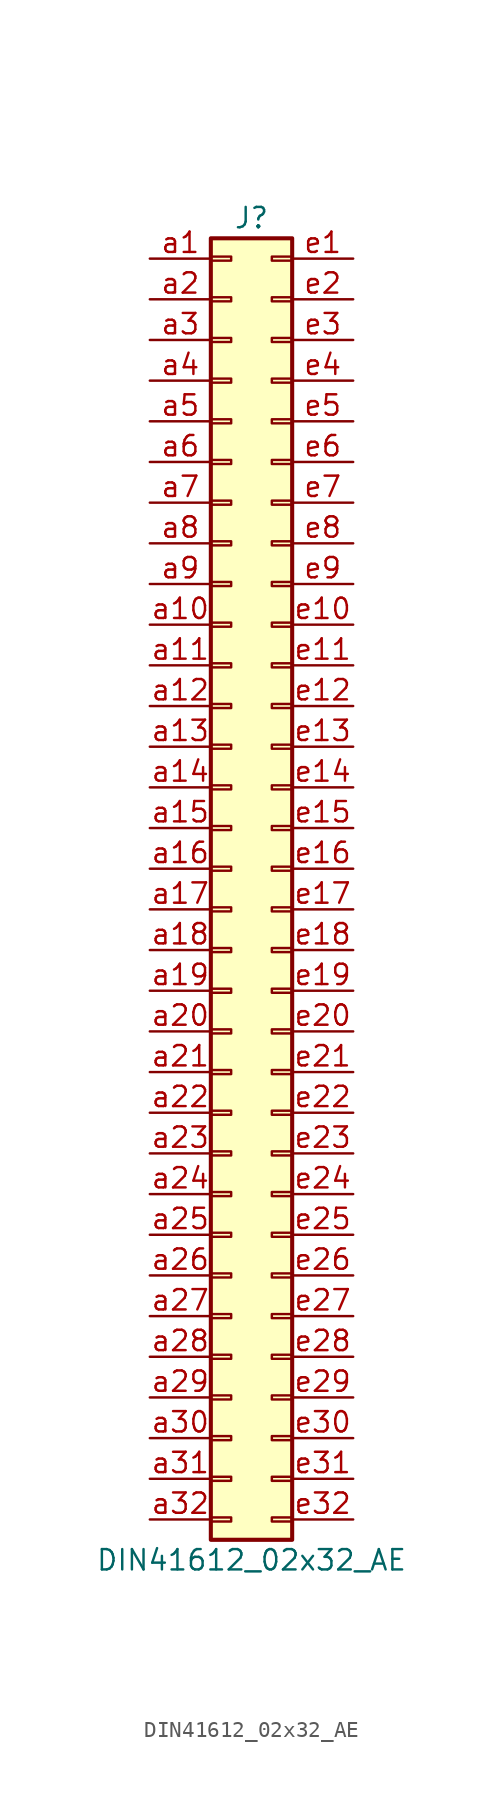
<source format=kicad_sym>
(kicad_symbol_lib
  (version 20201005)
  (generator kicad_symbol_editor)
  (symbol "Connector:DIN41612_02x32_AE"
    (pin_names
      (offset 1.016) hide)
    (property "Reference" "J"
      (at 1.27 40.64 0)
      (effects (font (size 1.27 1.27))))
    (property "Value" "DIN41612_02x32_AE"
      (at 1.27 -43.18 0)
      (effects (font (size 1.27 1.27))))
    (symbol "DIN41612_02x32_AE_1_1"
      (rectangle (start -1.27 -40.513) (end 0 -40.767) (stroke (width 0.152)) (fill (type none)))
      (rectangle (start -1.27 -37.973) (end 0 -38.227) (stroke (width 0.152)) (fill (type none)))
      (rectangle (start -1.27 -35.433) (end 0 -35.687) (stroke (width 0.152)) (fill (type none)))
      (rectangle (start -1.27 -32.893) (end 0 -33.147) (stroke (width 0.152)) (fill (type none)))
      (rectangle (start -1.27 -30.353) (end 0 -30.607) (stroke (width 0.152)) (fill (type none)))
      (rectangle (start -1.27 -27.813) (end 0 -28.067) (stroke (width 0.152)) (fill (type none)))
      (rectangle (start -1.27 -25.273) (end 0 -25.527) (stroke (width 0.152)) (fill (type none)))
      (rectangle (start -1.27 -22.733) (end 0 -22.987) (stroke (width 0.152)) (fill (type none)))
      (rectangle (start -1.27 -20.193) (end 0 -20.447) (stroke (width 0.152)) (fill (type none)))
      (rectangle (start -1.27 -17.653) (end 0 -17.907) (stroke (width 0.152)) (fill (type none)))
      (rectangle (start -1.27 -15.113) (end 0 -15.367) (stroke (width 0.152)) (fill (type none)))
      (rectangle (start -1.27 -12.573) (end 0 -12.827) (stroke (width 0.152)) (fill (type none)))
      (rectangle (start -1.27 -10.033) (end 0 -10.287) (stroke (width 0.152)) (fill (type none)))
      (rectangle (start -1.27 -7.493) (end 0 -7.747) (stroke (width 0.152)) (fill (type none)))
      (rectangle (start -1.27 -4.953) (end 0 -5.207) (stroke (width 0.152)) (fill (type none)))
      (rectangle (start -1.27 -2.413) (end 0 -2.667) (stroke (width 0.152)) (fill (type none)))
      (rectangle (start -1.27 0.127) (end 0 -0.127) (stroke (width 0.152)) (fill (type none)))
      (rectangle (start -1.27 2.667) (end 0 2.413) (stroke (width 0.152)) (fill (type none)))
      (rectangle (start -1.27 5.207) (end 0 4.953) (stroke (width 0.152)) (fill (type none)))
      (rectangle (start -1.27 7.747) (end 0 7.493) (stroke (width 0.152)) (fill (type none)))
      (rectangle (start -1.27 10.287) (end 0 10.033) (stroke (width 0.152)) (fill (type none)))
      (rectangle (start -1.27 12.827) (end 0 12.573) (stroke (width 0.152)) (fill (type none)))
      (rectangle (start -1.27 15.367) (end 0 15.113) (stroke (width 0.152)) (fill (type none)))
      (rectangle (start -1.27 17.907) (end 0 17.653) (stroke (width 0.152)) (fill (type none)))
      (rectangle (start -1.27 20.447) (end 0 20.193) (stroke (width 0.152)) (fill (type none)))
      (rectangle (start -1.27 22.987) (end 0 22.733) (stroke (width 0.152)) (fill (type none)))
      (rectangle (start -1.27 25.527) (end 0 25.273) (stroke (width 0.152)) (fill (type none)))
      (rectangle (start -1.27 28.067) (end 0 27.813) (stroke (width 0.152)) (fill (type none)))
      (rectangle (start -1.27 30.607) (end 0 30.353) (stroke (width 0.152)) (fill (type none)))
      (rectangle (start -1.27 33.147) (end 0 32.893) (stroke (width 0.152)) (fill (type none)))
      (rectangle (start -1.27 35.687) (end 0 35.433) (stroke (width 0.152)) (fill (type none)))
      (rectangle (start -1.27 38.227) (end 0 37.973) (stroke (width 0.152)) (fill (type none)))
      (rectangle (start 3.81 -40.513) (end 2.54 -40.767) (stroke (width 0.152)) (fill (type none)))
      (rectangle (start 3.81 -37.973) (end 2.54 -38.227) (stroke (width 0.152)) (fill (type none)))
      (rectangle (start 3.81 -35.433) (end 2.54 -35.687) (stroke (width 0.152)) (fill (type none)))
      (rectangle (start 3.81 -32.893) (end 2.54 -33.147) (stroke (width 0.152)) (fill (type none)))
      (rectangle (start 3.81 -30.353) (end 2.54 -30.607) (stroke (width 0.152)) (fill (type none)))
      (rectangle (start 3.81 -27.813) (end 2.54 -28.067) (stroke (width 0.152)) (fill (type none)))
      (rectangle (start 3.81 -25.273) (end 2.54 -25.527) (stroke (width 0.152)) (fill (type none)))
      (rectangle (start 3.81 -22.733) (end 2.54 -22.987) (stroke (width 0.152)) (fill (type none)))
      (rectangle (start 3.81 -20.193) (end 2.54 -20.447) (stroke (width 0.152)) (fill (type none)))
      (rectangle (start 3.81 -17.653) (end 2.54 -17.907) (stroke (width 0.152)) (fill (type none)))
      (rectangle (start 3.81 -15.113) (end 2.54 -15.367) (stroke (width 0.152)) (fill (type none)))
      (rectangle (start 3.81 -12.573) (end 2.54 -12.827) (stroke (width 0.152)) (fill (type none)))
      (rectangle (start 3.81 -10.033) (end 2.54 -10.287) (stroke (width 0.152)) (fill (type none)))
      (rectangle (start 3.81 -7.493) (end 2.54 -7.747) (stroke (width 0.152)) (fill (type none)))
      (rectangle (start 3.81 -4.953) (end 2.54 -5.207) (stroke (width 0.152)) (fill (type none)))
      (rectangle (start 3.81 -2.413) (end 2.54 -2.667) (stroke (width 0.152)) (fill (type none)))
      (rectangle (start 3.81 0.127) (end 2.54 -0.127) (stroke (width 0.152)) (fill (type none)))
      (rectangle (start 3.81 2.667) (end 2.54 2.413) (stroke (width 0.152)) (fill (type none)))
      (rectangle (start 3.81 5.207) (end 2.54 4.953) (stroke (width 0.152)) (fill (type none)))
      (rectangle (start 3.81 7.747) (end 2.54 7.493) (stroke (width 0.152)) (fill (type none)))
      (rectangle (start 3.81 10.287) (end 2.54 10.033) (stroke (width 0.152)) (fill (type none)))
      (rectangle (start 3.81 12.827) (end 2.54 12.573) (stroke (width 0.152)) (fill (type none)))
      (rectangle (start 3.81 15.367) (end 2.54 15.113) (stroke (width 0.152)) (fill (type none)))
      (rectangle (start 3.81 17.907) (end 2.54 17.653) (stroke (width 0.152)) (fill (type none)))
      (rectangle (start 3.81 20.447) (end 2.54 20.193) (stroke (width 0.152)) (fill (type none)))
      (rectangle (start 3.81 22.987) (end 2.54 22.733) (stroke (width 0.152)) (fill (type none)))
      (rectangle (start 3.81 25.527) (end 2.54 25.273) (stroke (width 0.152)) (fill (type none)))
      (rectangle (start 3.81 28.067) (end 2.54 27.813) (stroke (width 0.152)) (fill (type none)))
      (rectangle (start 3.81 30.607) (end 2.54 30.353) (stroke (width 0.152)) (fill (type none)))
      (rectangle (start 3.81 33.147) (end 2.54 32.893) (stroke (width 0.152)) (fill (type none)))
      (rectangle (start 3.81 35.687) (end 2.54 35.433) (stroke (width 0.152)) (fill (type none)))
      (rectangle (start 3.81 38.227) (end 2.54 37.973) (stroke (width 0.152)) (fill (type none)))
      (rectangle (start -1.27 39.37) (end 3.81 -41.91) (stroke (width 0.254)) (fill (type background)))
      (pin passive line (at -5.08 38.1 0) (length 3.81) (name "Pin_a1" (effects (font (size 1.27 1.27)))) (number "a1" (effects (font (size 1.27 1.27)))))
      (pin passive line (at -5.08 15.24 0) (length 3.81) (name "Pin_a10" (effects (font (size 1.27 1.27)))) (number "a10" (effects (font (size 1.27 1.27)))))
      (pin passive line (at -5.08 12.7 0) (length 3.81) (name "Pin_a11" (effects (font (size 1.27 1.27)))) (number "a11" (effects (font (size 1.27 1.27)))))
      (pin passive line (at -5.08 10.16 0) (length 3.81) (name "Pin_a12" (effects (font (size 1.27 1.27)))) (number "a12" (effects (font (size 1.27 1.27)))))
      (pin passive line (at -5.08 7.62 0) (length 3.81) (name "Pin_a13" (effects (font (size 1.27 1.27)))) (number "a13" (effects (font (size 1.27 1.27)))))
      (pin passive line (at -5.08 5.08 0) (length 3.81) (name "Pin_a14" (effects (font (size 1.27 1.27)))) (number "a14" (effects (font (size 1.27 1.27)))))
      (pin passive line (at -5.08 2.54 0) (length 3.81) (name "Pin_a15" (effects (font (size 1.27 1.27)))) (number "a15" (effects (font (size 1.27 1.27)))))
      (pin passive line (at -5.08 0 0) (length 3.81) (name "Pin_a16" (effects (font (size 1.27 1.27)))) (number "a16" (effects (font (size 1.27 1.27)))))
      (pin passive line (at -5.08 -2.54 0) (length 3.81) (name "Pin_a17" (effects (font (size 1.27 1.27)))) (number "a17" (effects (font (size 1.27 1.27)))))
      (pin passive line (at -5.08 -5.08 0) (length 3.81) (name "Pin_a18" (effects (font (size 1.27 1.27)))) (number "a18" (effects (font (size 1.27 1.27)))))
      (pin passive line (at -5.08 -7.62 0) (length 3.81) (name "Pin_a19" (effects (font (size 1.27 1.27)))) (number "a19" (effects (font (size 1.27 1.27)))))
      (pin passive line (at -5.08 35.56 0) (length 3.81) (name "Pin_a2" (effects (font (size 1.27 1.27)))) (number "a2" (effects (font (size 1.27 1.27)))))
      (pin passive line (at -5.08 -10.16 0) (length 3.81) (name "Pin_a20" (effects (font (size 1.27 1.27)))) (number "a20" (effects (font (size 1.27 1.27)))))
      (pin passive line (at -5.08 -12.7 0) (length 3.81) (name "Pin_a21" (effects (font (size 1.27 1.27)))) (number "a21" (effects (font (size 1.27 1.27)))))
      (pin passive line (at -5.08 -15.24 0) (length 3.81) (name "Pin_a22" (effects (font (size 1.27 1.27)))) (number "a22" (effects (font (size 1.27 1.27)))))
      (pin passive line (at -5.08 -17.78 0) (length 3.81) (name "Pin_a23" (effects (font (size 1.27 1.27)))) (number "a23" (effects (font (size 1.27 1.27)))))
      (pin passive line (at -5.08 -20.32 0) (length 3.81) (name "Pin_a24" (effects (font (size 1.27 1.27)))) (number "a24" (effects (font (size 1.27 1.27)))))
      (pin passive line (at -5.08 -22.86 0) (length 3.81) (name "Pin_a25" (effects (font (size 1.27 1.27)))) (number "a25" (effects (font (size 1.27 1.27)))))
      (pin passive line (at -5.08 -25.4 0) (length 3.81) (name "Pin_a26" (effects (font (size 1.27 1.27)))) (number "a26" (effects (font (size 1.27 1.27)))))
      (pin passive line (at -5.08 -27.94 0) (length 3.81) (name "Pin_a27" (effects (font (size 1.27 1.27)))) (number "a27" (effects (font (size 1.27 1.27)))))
      (pin passive line (at -5.08 -30.48 0) (length 3.81) (name "Pin_a28" (effects (font (size 1.27 1.27)))) (number "a28" (effects (font (size 1.27 1.27)))))
      (pin passive line (at -5.08 -33.02 0) (length 3.81) (name "Pin_a29" (effects (font (size 1.27 1.27)))) (number "a29" (effects (font (size 1.27 1.27)))))
      (pin passive line (at -5.08 33.02 0) (length 3.81) (name "Pin_a3" (effects (font (size 1.27 1.27)))) (number "a3" (effects (font (size 1.27 1.27)))))
      (pin passive line (at -5.08 -35.56 0) (length 3.81) (name "Pin_a30" (effects (font (size 1.27 1.27)))) (number "a30" (effects (font (size 1.27 1.27)))))
      (pin passive line (at -5.08 -38.1 0) (length 3.81) (name "Pin_a31" (effects (font (size 1.27 1.27)))) (number "a31" (effects (font (size 1.27 1.27)))))
      (pin passive line (at -5.08 -40.64 0) (length 3.81) (name "Pin_a32" (effects (font (size 1.27 1.27)))) (number "a32" (effects (font (size 1.27 1.27)))))
      (pin passive line (at -5.08 30.48 0) (length 3.81) (name "Pin_a4" (effects (font (size 1.27 1.27)))) (number "a4" (effects (font (size 1.27 1.27)))))
      (pin passive line (at -5.08 27.94 0) (length 3.81) (name "Pin_a5" (effects (font (size 1.27 1.27)))) (number "a5" (effects (font (size 1.27 1.27)))))
      (pin passive line (at -5.08 25.4 0) (length 3.81) (name "Pin_a6" (effects (font (size 1.27 1.27)))) (number "a6" (effects (font (size 1.27 1.27)))))
      (pin passive line (at -5.08 22.86 0) (length 3.81) (name "Pin_a7" (effects (font (size 1.27 1.27)))) (number "a7" (effects (font (size 1.27 1.27)))))
      (pin passive line (at -5.08 20.32 0) (length 3.81) (name "Pin_a8" (effects (font (size 1.27 1.27)))) (number "a8" (effects (font (size 1.27 1.27)))))
      (pin passive line (at -5.08 17.78 0) (length 3.81) (name "Pin_a9" (effects (font (size 1.27 1.27)))) (number "a9" (effects (font (size 1.27 1.27)))))
      (pin passive line (at 7.62 38.1 180) (length 3.81) (name "Pin_e1" (effects (font (size 1.27 1.27)))) (number "e1" (effects (font (size 1.27 1.27)))))
      (pin passive line (at 7.62 15.24 180) (length 3.81) (name "Pin_e10" (effects (font (size 1.27 1.27)))) (number "e10" (effects (font (size 1.27 1.27)))))
      (pin passive line (at 7.62 12.7 180) (length 3.81) (name "Pin_e11" (effects (font (size 1.27 1.27)))) (number "e11" (effects (font (size 1.27 1.27)))))
      (pin passive line (at 7.62 10.16 180) (length 3.81) (name "Pin_e12" (effects (font (size 1.27 1.27)))) (number "e12" (effects (font (size 1.27 1.27)))))
      (pin passive line (at 7.62 7.62 180) (length 3.81) (name "Pin_e13" (effects (font (size 1.27 1.27)))) (number "e13" (effects (font (size 1.27 1.27)))))
      (pin passive line (at 7.62 5.08 180) (length 3.81) (name "Pin_e14" (effects (font (size 1.27 1.27)))) (number "e14" (effects (font (size 1.27 1.27)))))
      (pin passive line (at 7.62 2.54 180) (length 3.81) (name "Pin_e15" (effects (font (size 1.27 1.27)))) (number "e15" (effects (font (size 1.27 1.27)))))
      (pin passive line (at 7.62 0 180) (length 3.81) (name "Pin_e16" (effects (font (size 1.27 1.27)))) (number "e16" (effects (font (size 1.27 1.27)))))
      (pin passive line (at 7.62 -2.54 180) (length 3.81) (name "Pin_e17" (effects (font (size 1.27 1.27)))) (number "e17" (effects (font (size 1.27 1.27)))))
      (pin passive line (at 7.62 -5.08 180) (length 3.81) (name "Pin_e18" (effects (font (size 1.27 1.27)))) (number "e18" (effects (font (size 1.27 1.27)))))
      (pin passive line (at 7.62 -7.62 180) (length 3.81) (name "Pin_e19" (effects (font (size 1.27 1.27)))) (number "e19" (effects (font (size 1.27 1.27)))))
      (pin passive line (at 7.62 35.56 180) (length 3.81) (name "Pin_e2" (effects (font (size 1.27 1.27)))) (number "e2" (effects (font (size 1.27 1.27)))))
      (pin passive line (at 7.62 -10.16 180) (length 3.81) (name "Pin_e20" (effects (font (size 1.27 1.27)))) (number "e20" (effects (font (size 1.27 1.27)))))
      (pin passive line (at 7.62 -12.7 180) (length 3.81) (name "Pin_e21" (effects (font (size 1.27 1.27)))) (number "e21" (effects (font (size 1.27 1.27)))))
      (pin passive line (at 7.62 -15.24 180) (length 3.81) (name "Pin_e22" (effects (font (size 1.27 1.27)))) (number "e22" (effects (font (size 1.27 1.27)))))
      (pin passive line (at 7.62 -17.78 180) (length 3.81) (name "Pin_e23" (effects (font (size 1.27 1.27)))) (number "e23" (effects (font (size 1.27 1.27)))))
      (pin passive line (at 7.62 -20.32 180) (length 3.81) (name "Pin_e24" (effects (font (size 1.27 1.27)))) (number "e24" (effects (font (size 1.27 1.27)))))
      (pin passive line (at 7.62 -22.86 180) (length 3.81) (name "Pin_e25" (effects (font (size 1.27 1.27)))) (number "e25" (effects (font (size 1.27 1.27)))))
      (pin passive line (at 7.62 -25.4 180) (length 3.81) (name "Pin_e26" (effects (font (size 1.27 1.27)))) (number "e26" (effects (font (size 1.27 1.27)))))
      (pin passive line (at 7.62 -27.94 180) (length 3.81) (name "Pin_e27" (effects (font (size 1.27 1.27)))) (number "e27" (effects (font (size 1.27 1.27)))))
      (pin passive line (at 7.62 -30.48 180) (length 3.81) (name "Pin_e28" (effects (font (size 1.27 1.27)))) (number "e28" (effects (font (size 1.27 1.27)))))
      (pin passive line (at 7.62 -33.02 180) (length 3.81) (name "Pin_e29" (effects (font (size 1.27 1.27)))) (number "e29" (effects (font (size 1.27 1.27)))))
      (pin passive line (at 7.62 33.02 180) (length 3.81) (name "Pin_e3" (effects (font (size 1.27 1.27)))) (number "e3" (effects (font (size 1.27 1.27)))))
      (pin passive line (at 7.62 -35.56 180) (length 3.81) (name "Pin_e30" (effects (font (size 1.27 1.27)))) (number "e30" (effects (font (size 1.27 1.27)))))
      (pin passive line (at 7.62 -38.1 180) (length 3.81) (name "Pin_e31" (effects (font (size 1.27 1.27)))) (number "e31" (effects (font (size 1.27 1.27)))))
      (pin passive line (at 7.62 -40.64 180) (length 3.81) (name "Pin_e32" (effects (font (size 1.27 1.27)))) (number "e32" (effects (font (size 1.27 1.27)))))
      (pin passive line (at 7.62 30.48 180) (length 3.81) (name "Pin_e4" (effects (font (size 1.27 1.27)))) (number "e4" (effects (font (size 1.27 1.27)))))
      (pin passive line (at 7.62 27.94 180) (length 3.81) (name "Pin_e5" (effects (font (size 1.27 1.27)))) (number "e5" (effects (font (size 1.27 1.27)))))
      (pin passive line (at 7.62 25.4 180) (length 3.81) (name "Pin_e6" (effects (font (size 1.27 1.27)))) (number "e6" (effects (font (size 1.27 1.27)))))
      (pin passive line (at 7.62 22.86 180) (length 3.81) (name "Pin_e7" (effects (font (size 1.27 1.27)))) (number "e7" (effects (font (size 1.27 1.27)))))
      (pin passive line (at 7.62 20.32 180) (length 3.81) (name "Pin_e8" (effects (font (size 1.27 1.27)))) (number "e8" (effects (font (size 1.27 1.27)))))
      (pin passive line (at 7.62 17.78 180) (length 3.81) (name "Pin_e9" (effects (font (size 1.27 1.27)))) (number "e9" (effects (font (size 1.27 1.27))))))))
</source>
